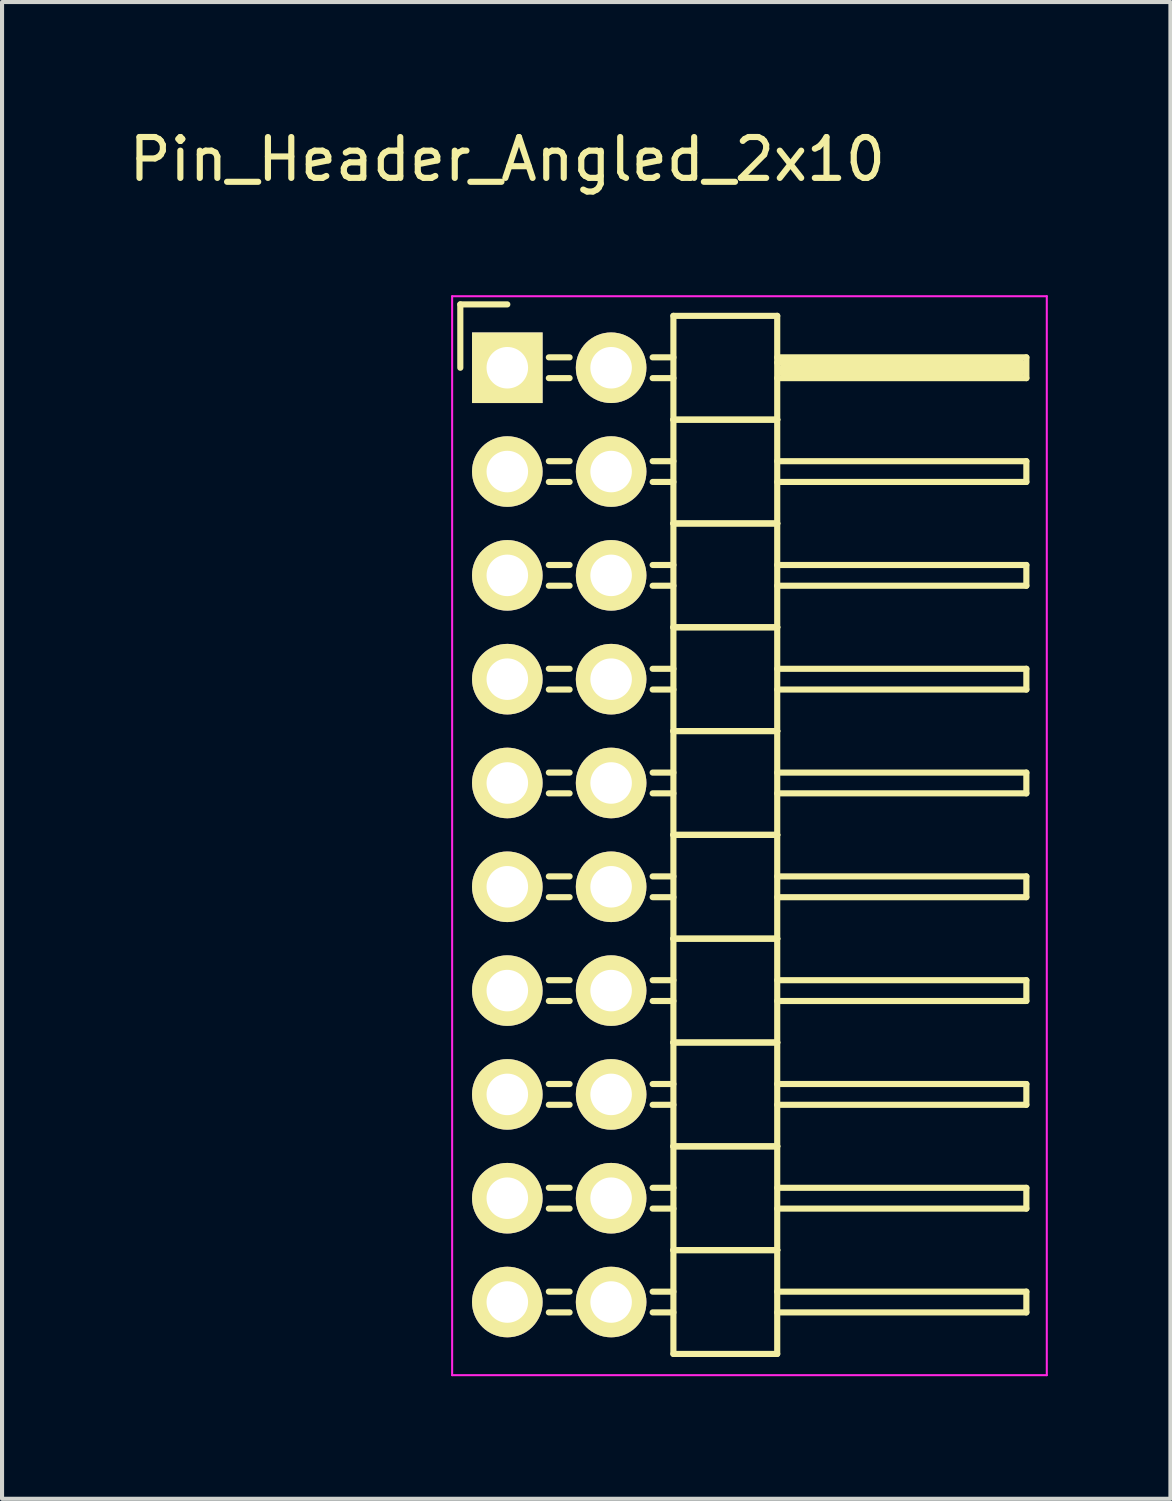
<source format=kicad_pcb>
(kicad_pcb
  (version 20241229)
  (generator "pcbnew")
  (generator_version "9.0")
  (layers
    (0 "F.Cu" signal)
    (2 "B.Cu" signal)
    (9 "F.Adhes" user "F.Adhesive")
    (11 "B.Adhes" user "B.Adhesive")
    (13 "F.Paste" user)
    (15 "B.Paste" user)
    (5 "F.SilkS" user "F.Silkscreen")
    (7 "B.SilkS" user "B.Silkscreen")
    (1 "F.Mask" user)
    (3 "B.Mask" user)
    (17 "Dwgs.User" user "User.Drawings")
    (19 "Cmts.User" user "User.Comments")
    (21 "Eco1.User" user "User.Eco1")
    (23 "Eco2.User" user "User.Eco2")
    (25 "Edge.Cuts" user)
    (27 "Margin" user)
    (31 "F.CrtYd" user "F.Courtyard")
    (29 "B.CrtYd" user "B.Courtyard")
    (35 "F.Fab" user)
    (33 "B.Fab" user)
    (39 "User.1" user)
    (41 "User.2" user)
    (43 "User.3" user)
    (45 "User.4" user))
  (footprint "Pin_Header_Angled_2x10"
    (layer "F.Cu")
    (at 9.363 5.948)
    (property "Reference" "Pin_Header_Angled_2x10" (at 0 -5.1 0) (layer "F.SilkS") (effects (font (size 1 1) (thickness 0.15))))
    (attr through_hole)
    (fp_line (start -1.15 -1.55) (end -1.15 0) (stroke (width 0.15) (type solid)) (layer "F.SilkS"))
    (fp_line (start 0 -1.55) (end -1.15 -1.55) (stroke (width 0.15) (type solid)) (layer "F.SilkS"))
    (fp_line (start 1.524 -0.254) (end 1.016 -0.254) (stroke (width 0.15) (type solid)) (layer "F.SilkS"))
    (fp_line (start 1.524 0.254) (end 1.016 0.254) (stroke (width 0.15) (type solid)) (layer "F.SilkS"))
    (fp_line (start 1.524 2.286) (end 1.016 2.286) (stroke (width 0.15) (type solid)) (layer "F.SilkS"))
    (fp_line (start 1.524 2.794) (end 1.016 2.794) (stroke (width 0.15) (type solid)) (layer "F.SilkS"))
    (fp_line (start 1.524 4.826) (end 1.016 4.826) (stroke (width 0.15) (type solid)) (layer "F.SilkS"))
    (fp_line (start 1.524 5.334) (end 1.016 5.334) (stroke (width 0.15) (type solid)) (layer "F.SilkS"))
    (fp_line (start 1.524 7.366) (end 1.016 7.366) (stroke (width 0.15) (type solid)) (layer "F.SilkS"))
    (fp_line (start 1.524 7.874) (end 1.016 7.874) (stroke (width 0.15) (type solid)) (layer "F.SilkS"))
    (fp_line (start 1.524 9.906) (end 1.016 9.906) (stroke (width 0.15) (type solid)) (layer "F.SilkS"))
    (fp_line (start 1.524 10.414) (end 1.016 10.414) (stroke (width 0.15) (type solid)) (layer "F.SilkS"))
    (fp_line (start 1.524 12.446) (end 1.016 12.446) (stroke (width 0.15) (type solid)) (layer "F.SilkS"))
    (fp_line (start 1.524 12.954) (end 1.016 12.954) (stroke (width 0.15) (type solid)) (layer "F.SilkS"))
    (fp_line (start 1.524 14.986) (end 1.016 14.986) (stroke (width 0.15) (type solid)) (layer "F.SilkS"))
    (fp_line (start 1.524 15.494) (end 1.016 15.494) (stroke (width 0.15) (type solid)) (layer "F.SilkS"))
    (fp_line (start 1.524 17.526) (end 1.016 17.526) (stroke (width 0.15) (type solid)) (layer "F.SilkS"))
    (fp_line (start 1.524 18.034) (end 1.016 18.034) (stroke (width 0.15) (type solid)) (layer "F.SilkS"))
    (fp_line (start 1.524 20.066) (end 1.016 20.066) (stroke (width 0.15) (type solid)) (layer "F.SilkS"))
    (fp_line (start 1.524 20.574) (end 1.016 20.574) (stroke (width 0.15) (type solid)) (layer "F.SilkS"))
    (fp_line (start 1.524 22.606) (end 1.016 22.606) (stroke (width 0.15) (type solid)) (layer "F.SilkS"))
    (fp_line (start 1.524 23.114) (end 1.016 23.114) (stroke (width 0.15) (type solid)) (layer "F.SilkS"))
    (fp_line (start 4.064 -1.27) (end 4.064 1.27) (stroke (width 0.15) (type solid)) (layer "F.SilkS"))
    (fp_line (start 4.064 -1.27) (end 6.604 -1.27) (stroke (width 0.15) (type solid)) (layer "F.SilkS"))
    (fp_line (start 4.064 -0.254) (end 3.556 -0.254) (stroke (width 0.15) (type solid)) (layer "F.SilkS"))
    (fp_line (start 4.064 0.254) (end 3.556 0.254) (stroke (width 0.15) (type solid)) (layer "F.SilkS"))
    (fp_line (start 4.064 1.27) (end 4.064 3.81) (stroke (width 0.15) (type solid)) (layer "F.SilkS"))
    (fp_line (start 4.064 1.27) (end 6.604 1.27) (stroke (width 0.15) (type solid)) (layer "F.SilkS"))
    (fp_line (start 4.064 1.27) (end 6.604 1.27) (stroke (width 0.15) (type solid)) (layer "F.SilkS"))
    (fp_line (start 4.064 2.286) (end 3.556 2.286) (stroke (width 0.15) (type solid)) (layer "F.SilkS"))
    (fp_line (start 4.064 2.794) (end 3.556 2.794) (stroke (width 0.15) (type solid)) (layer "F.SilkS"))
    (fp_line (start 4.064 3.81) (end 4.064 6.35) (stroke (width 0.15) (type solid)) (layer "F.SilkS"))
    (fp_line (start 4.064 3.81) (end 6.604 3.81) (stroke (width 0.15) (type solid)) (layer "F.SilkS"))
    (fp_line (start 4.064 3.81) (end 6.604 3.81) (stroke (width 0.15) (type solid)) (layer "F.SilkS"))
    (fp_line (start 4.064 4.826) (end 3.556 4.826) (stroke (width 0.15) (type solid)) (layer "F.SilkS"))
    (fp_line (start 4.064 5.334) (end 3.556 5.334) (stroke (width 0.15) (type solid)) (layer "F.SilkS"))
    (fp_line (start 4.064 6.35) (end 4.064 8.89) (stroke (width 0.15) (type solid)) (layer "F.SilkS"))
    (fp_line (start 4.064 6.35) (end 6.604 6.35) (stroke (width 0.15) (type solid)) (layer "F.SilkS"))
    (fp_line (start 4.064 6.35) (end 6.604 6.35) (stroke (width 0.15) (type solid)) (layer "F.SilkS"))
    (fp_line (start 4.064 7.366) (end 3.556 7.366) (stroke (width 0.15) (type solid)) (layer "F.SilkS"))
    (fp_line (start 4.064 7.874) (end 3.556 7.874) (stroke (width 0.15) (type solid)) (layer "F.SilkS"))
    (fp_line (start 4.064 8.89) (end 4.064 11.43) (stroke (width 0.15) (type solid)) (layer "F.SilkS"))
    (fp_line (start 4.064 8.89) (end 6.604 8.89) (stroke (width 0.15) (type solid)) (layer "F.SilkS"))
    (fp_line (start 4.064 8.89) (end 6.604 8.89) (stroke (width 0.15) (type solid)) (layer "F.SilkS"))
    (fp_line (start 4.064 9.906) (end 3.556 9.906) (stroke (width 0.15) (type solid)) (layer "F.SilkS"))
    (fp_line (start 4.064 10.414) (end 3.556 10.414) (stroke (width 0.15) (type solid)) (layer "F.SilkS"))
    (fp_line (start 4.064 11.43) (end 4.064 13.97) (stroke (width 0.15) (type solid)) (layer "F.SilkS"))
    (fp_line (start 4.064 11.43) (end 6.604 11.43) (stroke (width 0.15) (type solid)) (layer "F.SilkS"))
    (fp_line (start 4.064 11.43) (end 6.604 11.43) (stroke (width 0.15) (type solid)) (layer "F.SilkS"))
    (fp_line (start 4.064 12.446) (end 3.556 12.446) (stroke (width 0.15) (type solid)) (layer "F.SilkS"))
    (fp_line (start 4.064 12.954) (end 3.556 12.954) (stroke (width 0.15) (type solid)) (layer "F.SilkS"))
    (fp_line (start 4.064 13.97) (end 4.064 16.51) (stroke (width 0.15) (type solid)) (layer "F.SilkS"))
    (fp_line (start 4.064 13.97) (end 6.604 13.97) (stroke (width 0.15) (type solid)) (layer "F.SilkS"))
    (fp_line (start 4.064 13.97) (end 6.604 13.97) (stroke (width 0.15) (type solid)) (layer "F.SilkS"))
    (fp_line (start 4.064 14.986) (end 3.556 14.986) (stroke (width 0.15) (type solid)) (layer "F.SilkS"))
    (fp_line (start 4.064 15.494) (end 3.556 15.494) (stroke (width 0.15) (type solid)) (layer "F.SilkS"))
    (fp_line (start 4.064 16.51) (end 4.064 19.05) (stroke (width 0.15) (type solid)) (layer "F.SilkS"))
    (fp_line (start 4.064 16.51) (end 6.604 16.51) (stroke (width 0.15) (type solid)) (layer "F.SilkS"))
    (fp_line (start 4.064 16.51) (end 6.604 16.51) (stroke (width 0.15) (type solid)) (layer "F.SilkS"))
    (fp_line (start 4.064 17.526) (end 3.556 17.526) (stroke (width 0.15) (type solid)) (layer "F.SilkS"))
    (fp_line (start 4.064 18.034) (end 3.556 18.034) (stroke (width 0.15) (type solid)) (layer "F.SilkS"))
    (fp_line (start 4.064 19.05) (end 4.064 21.59) (stroke (width 0.15) (type solid)) (layer "F.SilkS"))
    (fp_line (start 4.064 19.05) (end 6.604 19.05) (stroke (width 0.15) (type solid)) (layer "F.SilkS"))
    (fp_line (start 4.064 19.05) (end 6.604 19.05) (stroke (width 0.15) (type solid)) (layer "F.SilkS"))
    (fp_line (start 4.064 20.066) (end 3.556 20.066) (stroke (width 0.15) (type solid)) (layer "F.SilkS"))
    (fp_line (start 4.064 20.574) (end 3.556 20.574) (stroke (width 0.15) (type solid)) (layer "F.SilkS"))
    (fp_line (start 4.064 21.59) (end 4.064 24.13) (stroke (width 0.15) (type solid)) (layer "F.SilkS"))
    (fp_line (start 4.064 21.59) (end 6.604 21.59) (stroke (width 0.15) (type solid)) (layer "F.SilkS"))
    (fp_line (start 4.064 21.59) (end 6.604 21.59) (stroke (width 0.15) (type solid)) (layer "F.SilkS"))
    (fp_line (start 4.064 22.606) (end 3.556 22.606) (stroke (width 0.15) (type solid)) (layer "F.SilkS"))
    (fp_line (start 4.064 23.114) (end 3.556 23.114) (stroke (width 0.15) (type solid)) (layer "F.SilkS"))
    (fp_line (start 4.064 24.13) (end 6.604 24.13) (stroke (width 0.15) (type solid)) (layer "F.SilkS"))
    (fp_line (start 6.604 -0.254) (end 12.7 -0.254) (stroke (width 0.15) (type solid)) (layer "F.SilkS"))
    (fp_line (start 6.604 -0.127) (end 12.573 -0.127) (stroke (width 0.15) (type solid)) (layer "F.SilkS"))
    (fp_line (start 6.604 1.27) (end 6.604 -1.27) (stroke (width 0.15) (type solid)) (layer "F.SilkS"))
    (fp_line (start 6.604 2.286) (end 12.7 2.286) (stroke (width 0.15) (type solid)) (layer "F.SilkS"))
    (fp_line (start 6.604 3.81) (end 6.604 1.27) (stroke (width 0.15) (type solid)) (layer "F.SilkS"))
    (fp_line (start 6.604 4.826) (end 12.7 4.826) (stroke (width 0.15) (type solid)) (layer "F.SilkS"))
    (fp_line (start 6.604 6.35) (end 6.604 3.81) (stroke (width 0.15) (type solid)) (layer "F.SilkS"))
    (fp_line (start 6.604 7.366) (end 12.7 7.366) (stroke (width 0.15) (type solid)) (layer "F.SilkS"))
    (fp_line (start 6.604 8.89) (end 6.604 6.35) (stroke (width 0.15) (type solid)) (layer "F.SilkS"))
    (fp_line (start 6.604 9.906) (end 12.7 9.906) (stroke (width 0.15) (type solid)) (layer "F.SilkS"))
    (fp_line (start 6.604 11.43) (end 6.604 8.89) (stroke (width 0.15) (type solid)) (layer "F.SilkS"))
    (fp_line (start 6.604 12.446) (end 12.7 12.446) (stroke (width 0.15) (type solid)) (layer "F.SilkS"))
    (fp_line (start 6.604 13.97) (end 6.604 11.43) (stroke (width 0.15) (type solid)) (layer "F.SilkS"))
    (fp_line (start 6.604 14.986) (end 12.7 14.986) (stroke (width 0.15) (type solid)) (layer "F.SilkS"))
    (fp_line (start 6.604 16.51) (end 6.604 13.97) (stroke (width 0.15) (type solid)) (layer "F.SilkS"))
    (fp_line (start 6.604 17.526) (end 12.7 17.526) (stroke (width 0.15) (type solid)) (layer "F.SilkS"))
    (fp_line (start 6.604 19.05) (end 6.604 16.51) (stroke (width 0.15) (type solid)) (layer "F.SilkS"))
    (fp_line (start 6.604 20.066) (end 12.7 20.066) (stroke (width 0.15) (type solid)) (layer "F.SilkS"))
    (fp_line (start 6.604 21.59) (end 6.604 19.05) (stroke (width 0.15) (type solid)) (layer "F.SilkS"))
    (fp_line (start 6.604 22.606) (end 12.7 22.606) (stroke (width 0.15) (type solid)) (layer "F.SilkS"))
    (fp_line (start 6.604 24.13) (end 6.604 21.59) (stroke (width 0.15) (type solid)) (layer "F.SilkS"))
    (fp_line (start 6.731 0) (end 12.573 0) (stroke (width 0.15) (type solid)) (layer "F.SilkS"))
    (fp_line (start 6.731 0.127) (end 6.731 0) (stroke (width 0.15) (type solid)) (layer "F.SilkS"))
    (fp_line (start 12.573 -0.127) (end 12.573 0.127) (stroke (width 0.15) (type solid)) (layer "F.SilkS"))
    (fp_line (start 12.573 0.127) (end 6.731 0.127) (stroke (width 0.15) (type solid)) (layer "F.SilkS"))
    (fp_line (start 12.7 -0.254) (end 12.7 0.254) (stroke (width 0.15) (type solid)) (layer "F.SilkS"))
    (fp_line (start 12.7 0.254) (end 6.604 0.254) (stroke (width 0.15) (type solid)) (layer "F.SilkS"))
    (fp_line (start 12.7 2.286) (end 12.7 2.794) (stroke (width 0.15) (type solid)) (layer "F.SilkS"))
    (fp_line (start 12.7 2.794) (end 6.604 2.794) (stroke (width 0.15) (type solid)) (layer "F.SilkS"))
    (fp_line (start 12.7 4.826) (end 12.7 5.334) (stroke (width 0.15) (type solid)) (layer "F.SilkS"))
    (fp_line (start 12.7 5.334) (end 6.604 5.334) (stroke (width 0.15) (type solid)) (layer "F.SilkS"))
    (fp_line (start 12.7 7.366) (end 12.7 7.874) (stroke (width 0.15) (type solid)) (layer "F.SilkS"))
    (fp_line (start 12.7 7.874) (end 6.604 7.874) (stroke (width 0.15) (type solid)) (layer "F.SilkS"))
    (fp_line (start 12.7 9.906) (end 12.7 10.414) (stroke (width 0.15) (type solid)) (layer "F.SilkS"))
    (fp_line (start 12.7 10.414) (end 6.604 10.414) (stroke (width 0.15) (type solid)) (layer "F.SilkS"))
    (fp_line (start 12.7 12.446) (end 12.7 12.954) (stroke (width 0.15) (type solid)) (layer "F.SilkS"))
    (fp_line (start 12.7 12.954) (end 6.604 12.954) (stroke (width 0.15) (type solid)) (layer "F.SilkS"))
    (fp_line (start 12.7 14.986) (end 12.7 15.494) (stroke (width 0.15) (type solid)) (layer "F.SilkS"))
    (fp_line (start 12.7 15.494) (end 6.604 15.494) (stroke (width 0.15) (type solid)) (layer "F.SilkS"))
    (fp_line (start 12.7 17.526) (end 12.7 18.034) (stroke (width 0.15) (type solid)) (layer "F.SilkS"))
    (fp_line (start 12.7 18.034) (end 6.604 18.034) (stroke (width 0.15) (type solid)) (layer "F.SilkS"))
    (fp_line (start 12.7 20.066) (end 12.7 20.574) (stroke (width 0.15) (type solid)) (layer "F.SilkS"))
    (fp_line (start 12.7 20.574) (end 6.604 20.574) (stroke (width 0.15) (type solid)) (layer "F.SilkS"))
    (fp_line (start 12.7 22.606) (end 12.7 23.114) (stroke (width 0.15) (type solid)) (layer "F.SilkS"))
    (fp_line (start 12.7 23.114) (end 6.604 23.114) (stroke (width 0.15) (type solid)) (layer "F.SilkS"))
    (fp_line (start -1.35 -1.75) (end -1.35 24.65) (stroke (width 0.05) (type solid)) (layer "F.CrtYd"))
    (fp_line (start -1.35 -1.75) (end 13.2 -1.75) (stroke (width 0.05) (type solid)) (layer "F.CrtYd"))
    (fp_line (start -1.35 24.65) (end 13.2 24.65) (stroke (width 0.05) (type solid)) (layer "F.CrtYd"))
    (fp_line (start 13.2 -1.75) (end 13.2 24.65) (stroke (width 0.05) (type solid)) (layer "F.CrtYd"))
    (pad "1" thru_hole rect (at 0 0) (size 1.727 1.727) (drill 1.016) (layers "*.Cu" "*.Mask" "F.SilkS"))
    (pad "2" thru_hole oval (at 2.54 0) (size 1.727 1.727) (drill 1.016) (layers "*.Cu" "*.Mask" "F.SilkS"))
    (pad "3" thru_hole oval (at 0 2.54) (size 1.727 1.727) (drill 1.016) (layers "*.Cu" "*.Mask" "F.SilkS"))
    (pad "4" thru_hole oval (at 2.54 2.54) (size 1.727 1.727) (drill 1.016) (layers "*.Cu" "*.Mask" "F.SilkS"))
    (pad "5" thru_hole oval (at 0 5.08) (size 1.727 1.727) (drill 1.016) (layers "*.Cu" "*.Mask" "F.SilkS"))
    (pad "6" thru_hole oval (at 2.54 5.08) (size 1.727 1.727) (drill 1.016) (layers "*.Cu" "*.Mask" "F.SilkS"))
    (pad "7" thru_hole oval (at 0 7.62) (size 1.727 1.727) (drill 1.016) (layers "*.Cu" "*.Mask" "F.SilkS"))
    (pad "8" thru_hole oval (at 2.54 7.62) (size 1.727 1.727) (drill 1.016) (layers "*.Cu" "*.Mask" "F.SilkS"))
    (pad "9" thru_hole oval (at 0 10.16) (size 1.727 1.727) (drill 1.016) (layers "*.Cu" "*.Mask" "F.SilkS"))
    (pad "10" thru_hole oval (at 2.54 10.16) (size 1.727 1.727) (drill 1.016) (layers "*.Cu" "*.Mask" "F.SilkS"))
    (pad "11" thru_hole oval (at 0 12.7) (size 1.727 1.727) (drill 1.016) (layers "*.Cu" "*.Mask" "F.SilkS"))
    (pad "12" thru_hole oval (at 2.54 12.7) (size 1.727 1.727) (drill 1.016) (layers "*.Cu" "*.Mask" "F.SilkS"))
    (pad "13" thru_hole oval (at 0 15.24) (size 1.727 1.727) (drill 1.016) (layers "*.Cu" "*.Mask" "F.SilkS"))
    (pad "14" thru_hole oval (at 2.54 15.24) (size 1.727 1.727) (drill 1.016) (layers "*.Cu" "*.Mask" "F.SilkS"))
    (pad "15" thru_hole oval (at 0 17.78) (size 1.727 1.727) (drill 1.016) (layers "*.Cu" "*.Mask" "F.SilkS"))
    (pad "16" thru_hole oval (at 2.54 17.78) (size 1.727 1.727) (drill 1.016) (layers "*.Cu" "*.Mask" "F.SilkS"))
    (pad "17" thru_hole oval (at 0 20.32) (size 1.727 1.727) (drill 1.016) (layers "*.Cu" "*.Mask" "F.SilkS"))
    (pad "18" thru_hole oval (at 2.54 20.32) (size 1.727 1.727) (drill 1.016) (layers "*.Cu" "*.Mask" "F.SilkS"))
    (pad "19" thru_hole oval (at 0 22.86) (size 1.727 1.727) (drill 1.016) (layers "*.Cu" "*.Mask" "F.SilkS"))
    (pad "20" thru_hole oval (at 2.54 22.86) (size 1.727 1.727) (drill 1.016) (layers "*.Cu" "*.Mask" "F.SilkS")))
  (gr_rect
    (start -3 -3)
    (end 25.588 33.623)
    (stroke (width 0.1) (type default))
    (fill no)
    (layer "Edge.Cuts")))
</source>
